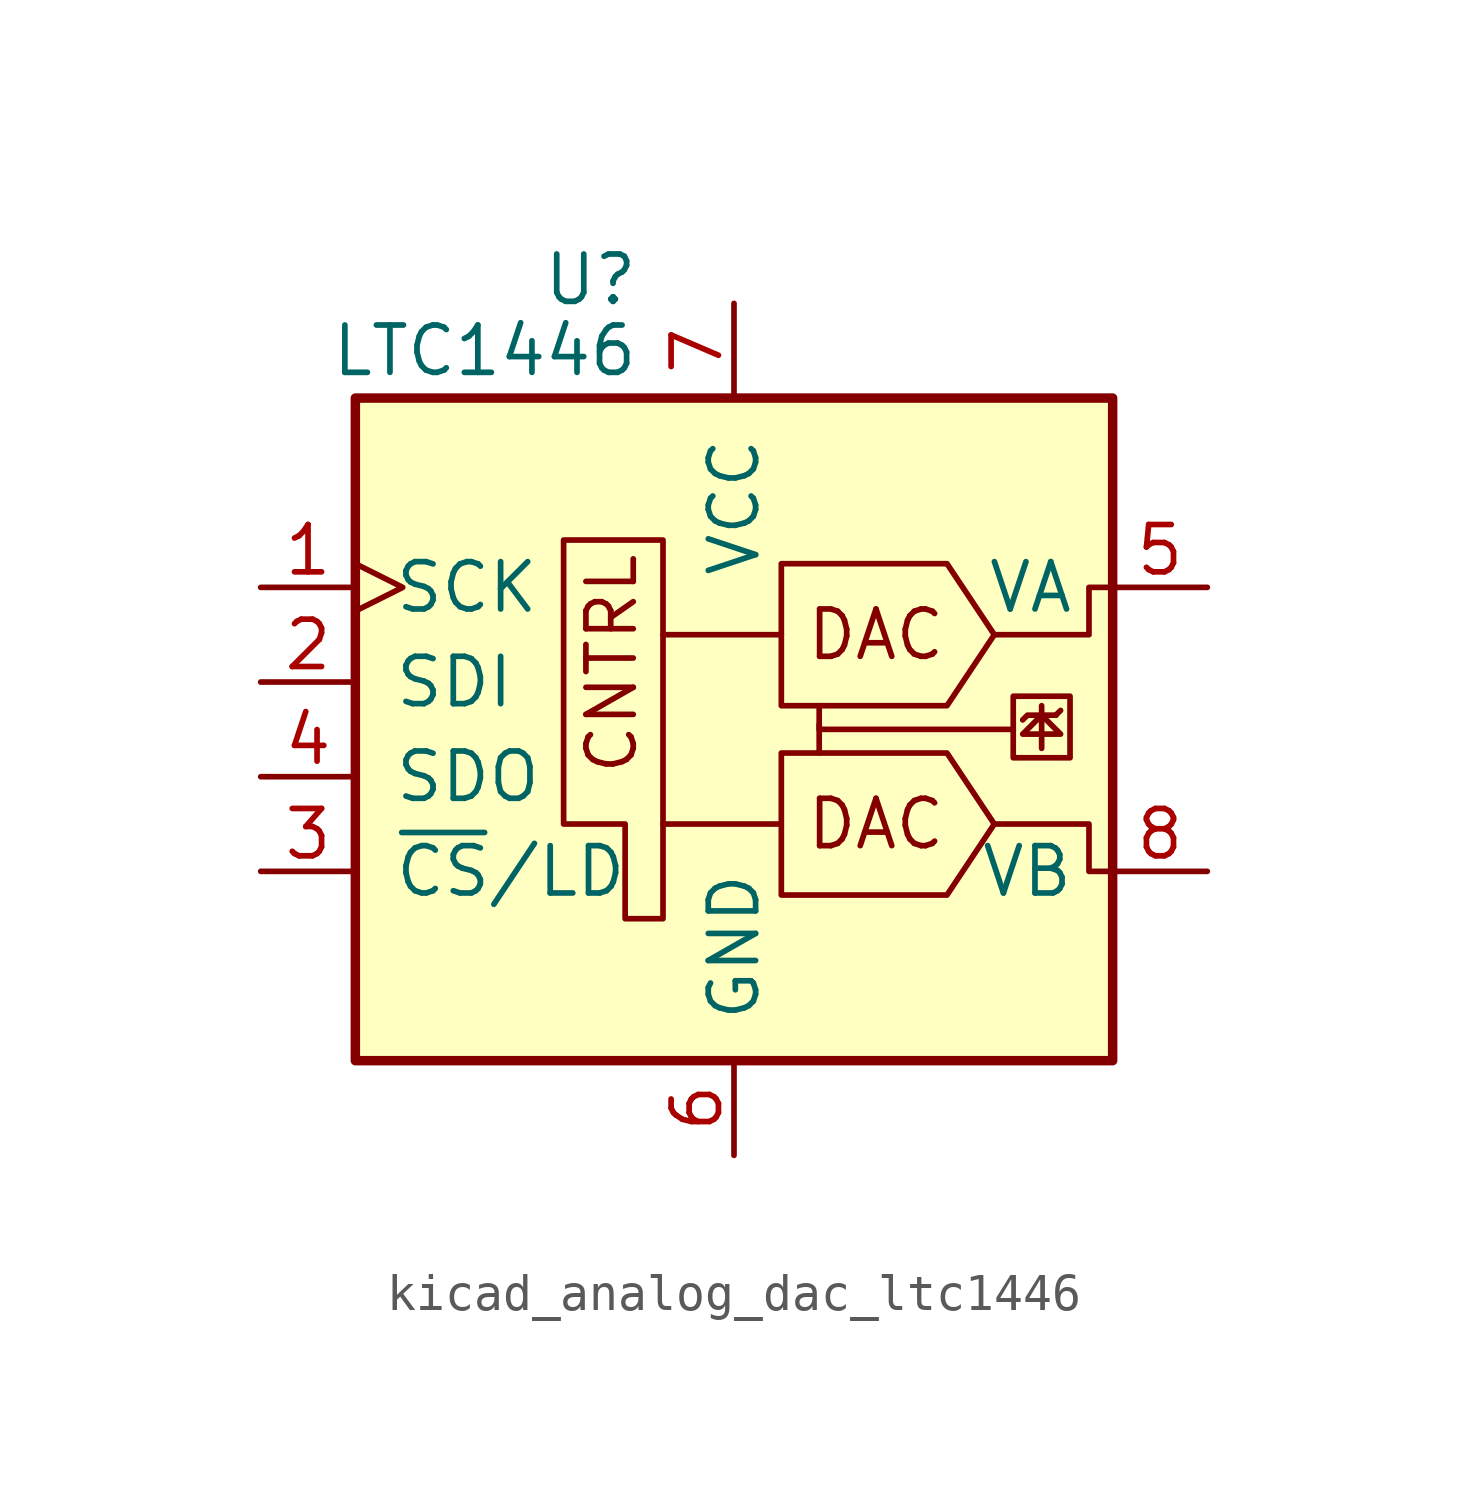
<source format=kicad_sym>
(kicad_symbol_lib
  (version 20220914)
  (generator kicad_symbol_editor)
  (symbol "kicad_analog_dac_ltc1446"
    (pin_names
      (offset 1.016))
    (property "Reference" "U"
      (at -2.54 10.795 0)
      (effects (font (size 1.27 1.27)) (justify right)))
    (property "Value" "LTC1446"
      (at -2.54 8.89 0)
      (effects (font (size 1.27 1.27)) (justify right)))
    (symbol "kicad_analog_dac_ltc1446_0_0"
      (polyline (pts (xy 2.286 -1.143) (xy 2.286 -1.905)) (stroke (width 0) (type default)) (fill (type none)))
      (polyline (pts (xy 8.255 -1.778) (xy 8.255 -0.635)) (stroke (width 0) (type default)) (fill (type none)))
      (polyline (pts (xy 8.636 -0.889) (xy 8.763 -0.762)) (stroke (width 0) (type default)) (fill (type none)))
      (polyline (pts (xy 7.493 -1.27) (xy 2.286 -1.27) (xy 2.286 -0.635)) (stroke (width 0) (type default)) (fill (type none)))
      (polyline (pts (xy 8.636 -0.889) (xy 7.874 -0.889) (xy 7.747 -1.016)) (stroke (width 0) (type default)) (fill (type none)))
      (polyline (pts (xy 6.985 -3.81) (xy 9.525 -3.81) (xy 9.525 -5.08) (xy 10.16 -5.08)) (stroke (width 0) (type default)) (fill (type none)))
      (polyline (pts (xy 6.985 1.27) (xy 9.525 1.27) (xy 9.525 2.54) (xy 10.16 2.54)) (stroke (width 0) (type default)) (fill (type none)))
      (polyline (pts (xy 8.255 -0.889) (xy 8.763 -1.397) (xy 7.747 -1.397) (xy 8.255 -0.889)) (stroke (width 0) (type default)) (fill (type none)))
      (rectangle (start 9.017 -0.381) (end 7.493 -2.032) (stroke (width 0) (type default)) (fill (type none)))
      (text "CNTRL" (at -2.54 -2.54 900) (effects (font (size 1.27 1.27)) (justify left bottom)))
      (text "DAC" (at 3.81 -3.81 0) (effects (font (size 1.27 1.27))))
      (text "DAC" (at 3.81 1.27 0) (effects (font (size 1.27 1.27)))))
    (symbol "kicad_analog_dac_ltc1446_0_1"
      (rectangle (start -10.16 7.62) (end 10.16 -10.16) (stroke (width 0.254) (type default)) (fill (type background)))
      (polyline (pts (xy 1.27 -3.81) (xy -1.905 -3.81)) (stroke (width 0) (type default)) (fill (type none)))
      (polyline (pts (xy 1.27 1.27) (xy -1.905 1.27)) (stroke (width 0) (type default)) (fill (type none)))
      (polyline (pts (xy 6.985 -3.81) (xy 5.715 -1.905) (xy 1.27 -1.905) (xy 1.27 -5.715) (xy 5.715 -5.715) (xy 6.985 -3.81)) (stroke (width 0) (type default)) (fill (type none)))
      (polyline (pts (xy 6.985 1.27) (xy 5.715 3.175) (xy 1.27 3.175) (xy 1.27 -0.635) (xy 5.715 -0.635) (xy 6.985 1.27)) (stroke (width 0) (type default)) (fill (type none)))
      (polyline (pts (xy -1.905 3.81) (xy -4.572 3.81) (xy -4.572 -3.81) (xy -2.921 -3.81) (xy -2.921 -6.35) (xy -1.905 -6.35) (xy -1.905 3.81)) (stroke (width 0) (type default)) (fill (type none))))
    (symbol "kicad_analog_dac_ltc1446_1_1"
      (pin input clock (at -12.7 2.54 0) (length 2.54) (name "SCK" (effects (font (size 1.27 1.27)))) (number "1" (effects (font (size 1.27 1.27)))))
      (pin input line (at -12.7 0 0) (length 2.54) (name "SDI" (effects (font (size 1.27 1.27)))) (number "2" (effects (font (size 1.27 1.27)))))
      (pin input line (at -12.7 -5.08 0) (length 2.54) (name "~{CS}/LD" (effects (font (size 1.27 1.27)))) (number "3" (effects (font (size 1.27 1.27)))))
      (pin output line (at -12.7 -2.54 0) (length 2.54) (name "SDO" (effects (font (size 1.27 1.27)))) (number "4" (effects (font (size 1.27 1.27)))))
      (pin output line (at 12.7 2.54 180) (length 2.54) (name "VA" (effects (font (size 1.27 1.27)))) (number "5" (effects (font (size 1.27 1.27)))))
      (pin power_in line (at 0 -12.7 90) (length 2.54) (name "GND" (effects (font (size 1.27 1.27)))) (number "6" (effects (font (size 1.27 1.27)))))
      (pin power_in line (at 0 10.16 270) (length 2.54) (name "VCC" (effects (font (size 1.27 1.27)))) (number "7" (effects (font (size 1.27 1.27)))))
      (pin output line (at 12.7 -5.08 180) (length 2.54) (name "VB" (effects (font (size 1.27 1.27)))) (number "8" (effects (font (size 1.27 1.27))))))))
</source>
